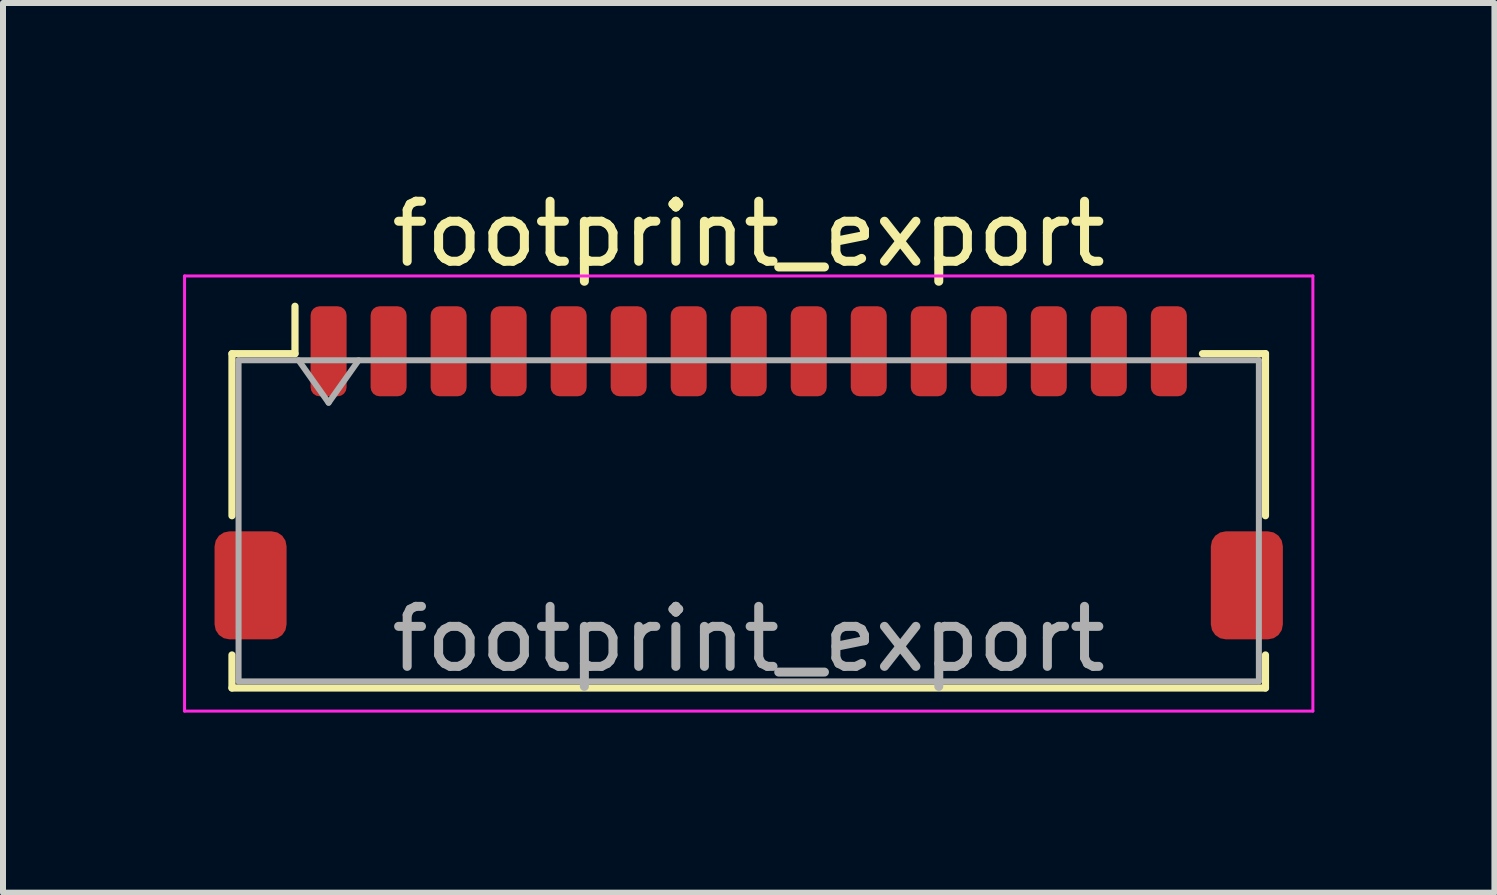
<source format=kicad_pcb>
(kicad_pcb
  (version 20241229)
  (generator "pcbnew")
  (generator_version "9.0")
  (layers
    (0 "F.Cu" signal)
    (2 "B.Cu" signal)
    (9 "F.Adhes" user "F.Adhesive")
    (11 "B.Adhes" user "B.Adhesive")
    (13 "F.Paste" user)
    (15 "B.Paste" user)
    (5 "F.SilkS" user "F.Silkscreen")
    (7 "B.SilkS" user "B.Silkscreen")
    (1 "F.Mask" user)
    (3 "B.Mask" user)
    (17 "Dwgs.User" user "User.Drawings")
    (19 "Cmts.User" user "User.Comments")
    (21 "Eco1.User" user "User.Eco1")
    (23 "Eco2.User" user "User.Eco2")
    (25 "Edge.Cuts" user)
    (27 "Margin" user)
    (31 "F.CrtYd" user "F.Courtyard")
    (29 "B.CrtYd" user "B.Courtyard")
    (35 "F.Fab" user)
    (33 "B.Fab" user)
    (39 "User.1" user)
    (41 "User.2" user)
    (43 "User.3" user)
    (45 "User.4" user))
  (footprint "footprint_export"
    (layer "F.Cu")
    (at 9.425 4.828)
    (property "Reference" "footprint_export" (at 0 -3.98 0) (layer "F.SilkS") (effects (font (size 1 1) (thickness 0.15))))
    (attr smd)
    (fp_line (start -8.61 -1.985) (end -7.56 -1.985) (stroke (width 0.12) (type solid)) (layer "F.SilkS"))
    (fp_line (start -8.61 0.715) (end -8.61 -1.985) (stroke (width 0.12) (type solid)) (layer "F.SilkS"))
    (fp_line (start -8.61 3.035) (end -8.61 3.585) (stroke (width 0.12) (type solid)) (layer "F.SilkS"))
    (fp_line (start -8.61 3.585) (end 8.61 3.585) (stroke (width 0.12) (type solid)) (layer "F.SilkS"))
    (fp_line (start -7.56 -1.985) (end -7.56 -2.775) (stroke (width 0.12) (type solid)) (layer "F.SilkS"))
    (fp_line (start 8.61 -1.985) (end 7.56 -1.985) (stroke (width 0.12) (type solid)) (layer "F.SilkS"))
    (fp_line (start 8.61 0.715) (end 8.61 -1.985) (stroke (width 0.12) (type solid)) (layer "F.SilkS"))
    (fp_line (start 8.61 3.585) (end 8.61 3.035) (stroke (width 0.12) (type solid)) (layer "F.SilkS"))
    (fp_line (start -9.4 -3.28) (end -9.4 3.97) (stroke (width 0.05) (type solid)) (layer "F.CrtYd"))
    (fp_line (start -9.4 3.97) (end 9.4 3.97) (stroke (width 0.05) (type solid)) (layer "F.CrtYd"))
    (fp_line (start 9.4 -3.28) (end -9.4 -3.28) (stroke (width 0.05) (type solid)) (layer "F.CrtYd"))
    (fp_line (start 9.4 3.97) (end 9.4 -3.28) (stroke (width 0.05) (type solid)) (layer "F.CrtYd"))
    (fp_line (start -8.5 -1.875) (end -8.5 3.475) (stroke (width 0.1) (type solid)) (layer "F.Fab"))
    (fp_line (start -8.5 -1.875) (end 8.5 -1.875) (stroke (width 0.1) (type solid)) (layer "F.Fab"))
    (fp_line (start -8.5 3.475) (end 8.5 3.475) (stroke (width 0.1) (type solid)) (layer "F.Fab"))
    (fp_line (start -7.5 -1.875) (end -7 -1.168) (stroke (width 0.1) (type solid)) (layer "F.Fab"))
    (fp_line (start -7 -1.168) (end -6.5 -1.875) (stroke (width 0.1) (type solid)) (layer "F.Fab"))
    (fp_line (start 8.5 -1.875) (end 8.5 3.475) (stroke (width 0.1) (type solid)) (layer "F.Fab"))
    (fp_text user "${REFERENCE}" (at 0 2.77 0) (layer "F.Fab") (effects (font (size 1 1) (thickness 0.15))))
    (pad "1" smd roundrect (at -7 -2.025) (size 0.6 1.5) (layers "F.Cu" "F.Mask" "F.Paste") (roundrect_rratio 0.25))
    (pad "2" smd roundrect (at -6 -2.025) (size 0.6 1.5) (layers "F.Cu" "F.Mask" "F.Paste") (roundrect_rratio 0.25))
    (pad "3" smd roundrect (at -5 -2.025) (size 0.6 1.5) (layers "F.Cu" "F.Mask" "F.Paste") (roundrect_rratio 0.25))
    (pad "4" smd roundrect (at -4 -2.025) (size 0.6 1.5) (layers "F.Cu" "F.Mask" "F.Paste") (roundrect_rratio 0.25))
    (pad "5" smd roundrect (at -3 -2.025) (size 0.6 1.5) (layers "F.Cu" "F.Mask" "F.Paste") (roundrect_rratio 0.25))
    (pad "6" smd roundrect (at -2 -2.025) (size 0.6 1.5) (layers "F.Cu" "F.Mask" "F.Paste") (roundrect_rratio 0.25))
    (pad "7" smd roundrect (at -1 -2.025) (size 0.6 1.5) (layers "F.Cu" "F.Mask" "F.Paste") (roundrect_rratio 0.25))
    (pad "8" smd roundrect (at 0 -2.025) (size 0.6 1.5) (layers "F.Cu" "F.Mask" "F.Paste") (roundrect_rratio 0.25))
    (pad "9" smd roundrect (at 1 -2.025) (size 0.6 1.5) (layers "F.Cu" "F.Mask" "F.Paste") (roundrect_rratio 0.25))
    (pad "10" smd roundrect (at 2 -2.025) (size 0.6 1.5) (layers "F.Cu" "F.Mask" "F.Paste") (roundrect_rratio 0.25))
    (pad "11" smd roundrect (at 3 -2.025) (size 0.6 1.5) (layers "F.Cu" "F.Mask" "F.Paste") (roundrect_rratio 0.25))
    (pad "12" smd roundrect (at 4 -2.025) (size 0.6 1.5) (layers "F.Cu" "F.Mask" "F.Paste") (roundrect_rratio 0.25))
    (pad "13" smd roundrect (at 5 -2.025) (size 0.6 1.5) (layers "F.Cu" "F.Mask" "F.Paste") (roundrect_rratio 0.25))
    (pad "14" smd roundrect (at 6 -2.025) (size 0.6 1.5) (layers "F.Cu" "F.Mask" "F.Paste") (roundrect_rratio 0.25))
    (pad "15" smd roundrect (at 7 -2.025) (size 0.6 1.5) (layers "F.Cu" "F.Mask" "F.Paste") (roundrect_rratio 0.25))
    (pad "MP" smd roundrect (at -8.3 1.875) (size 1.2 1.8) (layers "F.Cu" "F.Mask" "F.Paste") (roundrect_rratio 0.208))
    (pad "MP" smd roundrect (at 8.3 1.875) (size 1.2 1.8) (layers "F.Cu" "F.Mask" "F.Paste") (roundrect_rratio 0.208)))
  (gr_rect
    (start -3 -3)
    (end 21.85 11.823)
    (stroke (width 0.1) (type default))
    (fill no)
    (layer "Edge.Cuts")))
</source>
